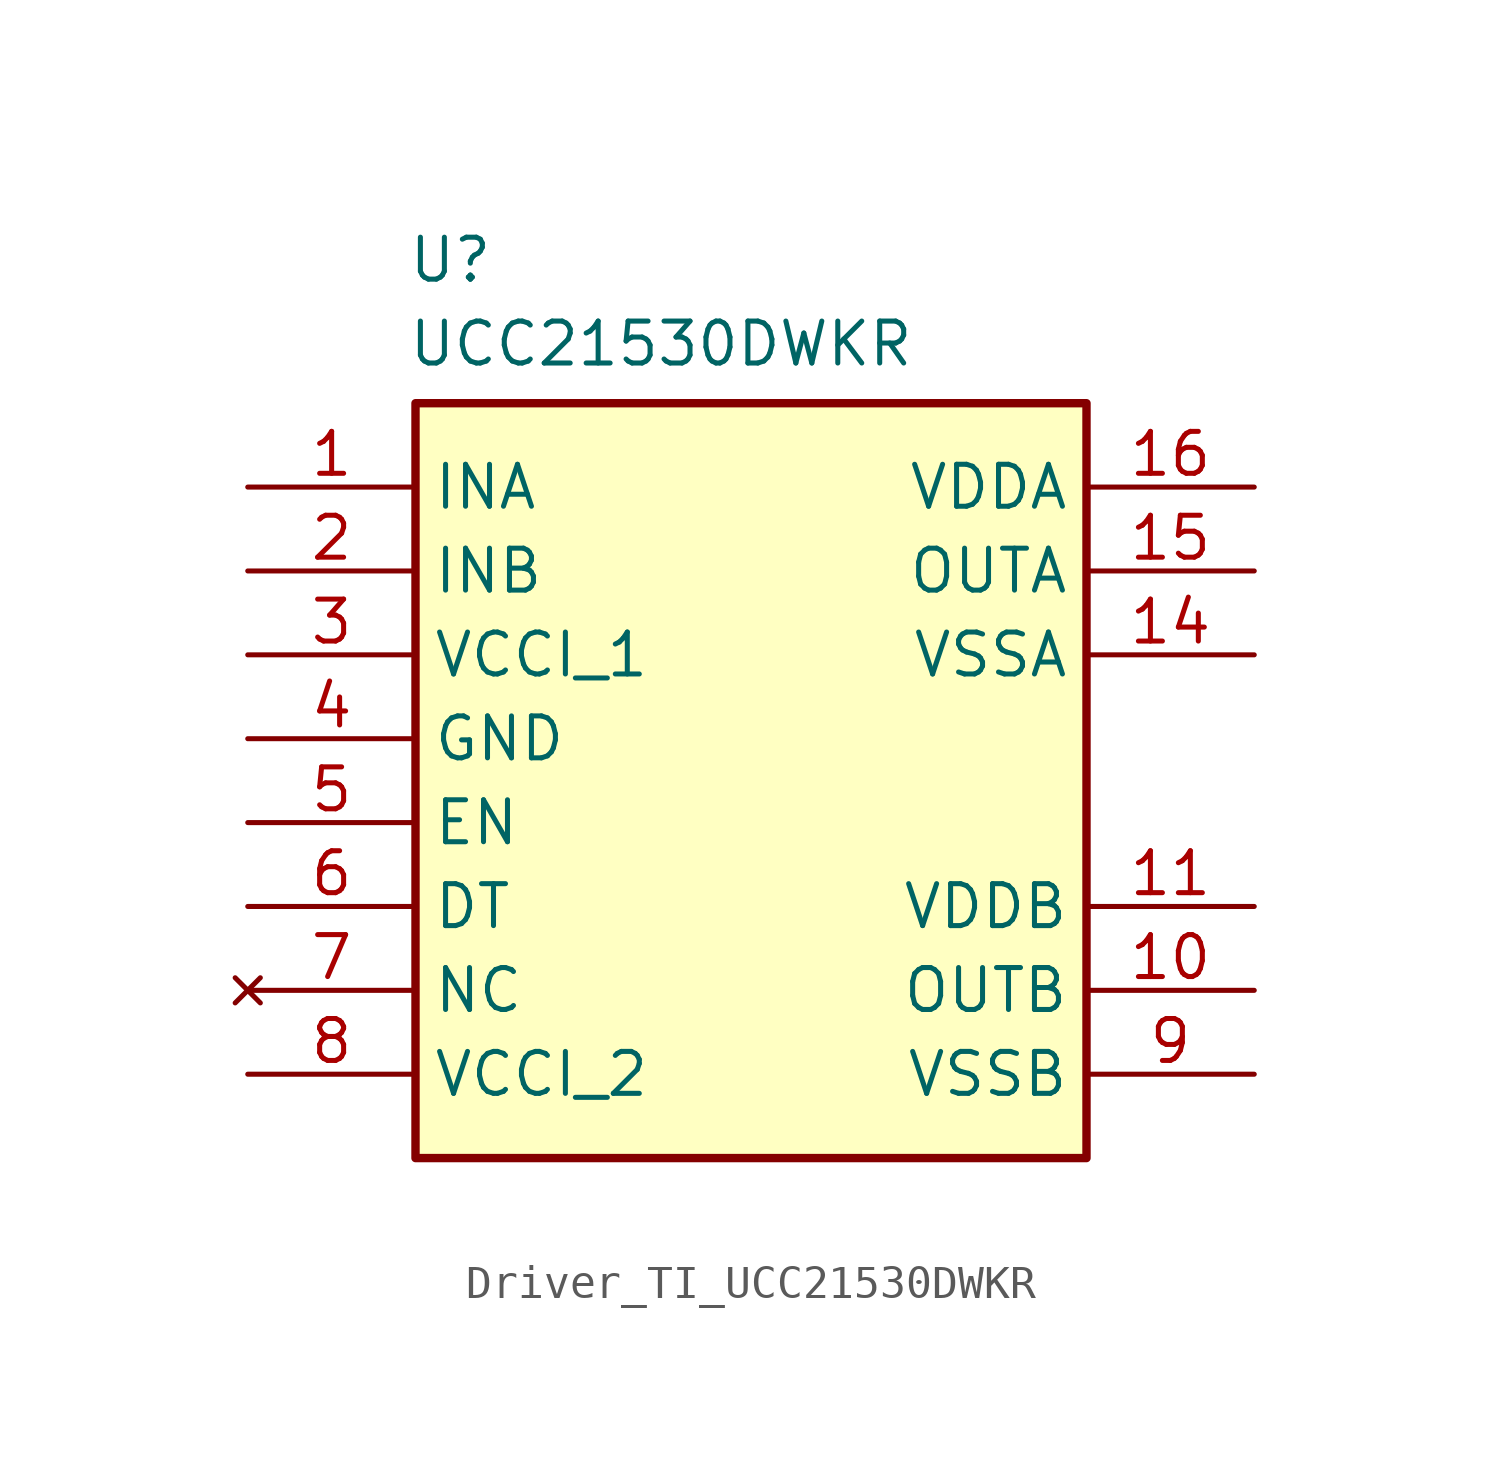
<source format=kicad_sym>
(kicad_symbol_lib
  (version 20220914)
  (generator kicad_symbol_editor)
  (symbol "Driver_TI_UCC21530DWKR"
    (property "Reference" "U"
      (at -10.414 15.24 0)
      (effects (font (size 1.27 1.27)) (justify left top)))
    (property "Value" "UCC21530DWKR"
      (at -10.414 12.7 0)
      (effects (font (size 1.27 1.27)) (justify left top)))
    (symbol "Driver_TI_UCC21530DWKR_1_1"
      (rectangle (start -10.16 10.16) (end 10.16 -12.7) (stroke (width 0.254) (type default)) (fill (type background)))
      (pin passive line (at -15.24 7.62 0) (length 5.08) (name "INA" (effects (font (size 1.27 1.27)))) (number "1" (effects (font (size 1.27 1.27)))))
      (pin passive line (at 15.24 -7.62 180) (length 5.08) (name "OUTB" (effects (font (size 1.27 1.27)))) (number "10" (effects (font (size 1.27 1.27)))))
      (pin passive line (at 15.24 -5.08 180) (length 5.08) (name "VDDB" (effects (font (size 1.27 1.27)))) (number "11" (effects (font (size 1.27 1.27)))))
      (pin passive line (at 15.24 2.54 180) (length 5.08) (name "VSSA" (effects (font (size 1.27 1.27)))) (number "14" (effects (font (size 1.27 1.27)))))
      (pin passive line (at 15.24 5.08 180) (length 5.08) (name "OUTA" (effects (font (size 1.27 1.27)))) (number "15" (effects (font (size 1.27 1.27)))))
      (pin passive line (at 15.24 7.62 180) (length 5.08) (name "VDDA" (effects (font (size 1.27 1.27)))) (number "16" (effects (font (size 1.27 1.27)))))
      (pin passive line (at -15.24 5.08 0) (length 5.08) (name "INB" (effects (font (size 1.27 1.27)))) (number "2" (effects (font (size 1.27 1.27)))))
      (pin passive line (at -15.24 2.54 0) (length 5.08) (name "VCCI_1" (effects (font (size 1.27 1.27)))) (number "3" (effects (font (size 1.27 1.27)))))
      (pin passive line (at -15.24 0 0) (length 5.08) (name "GND" (effects (font (size 1.27 1.27)))) (number "4" (effects (font (size 1.27 1.27)))))
      (pin passive line (at -15.24 -2.54 0) (length 5.08) (name "EN" (effects (font (size 1.27 1.27)))) (number "5" (effects (font (size 1.27 1.27)))))
      (pin passive line (at -15.24 -5.08 0) (length 5.08) (name "DT" (effects (font (size 1.27 1.27)))) (number "6" (effects (font (size 1.27 1.27)))))
      (pin no_connect line (at -15.24 -7.62 0) (length 5.08) (name "NC" (effects (font (size 1.27 1.27)))) (number "7" (effects (font (size 1.27 1.27)))))
      (pin passive line (at -15.24 -10.16 0) (length 5.08) (name "VCCI_2" (effects (font (size 1.27 1.27)))) (number "8" (effects (font (size 1.27 1.27)))))
      (pin passive line (at 15.24 -10.16 180) (length 5.08) (name "VSSB" (effects (font (size 1.27 1.27)))) (number "9" (effects (font (size 1.27 1.27))))))))
</source>
